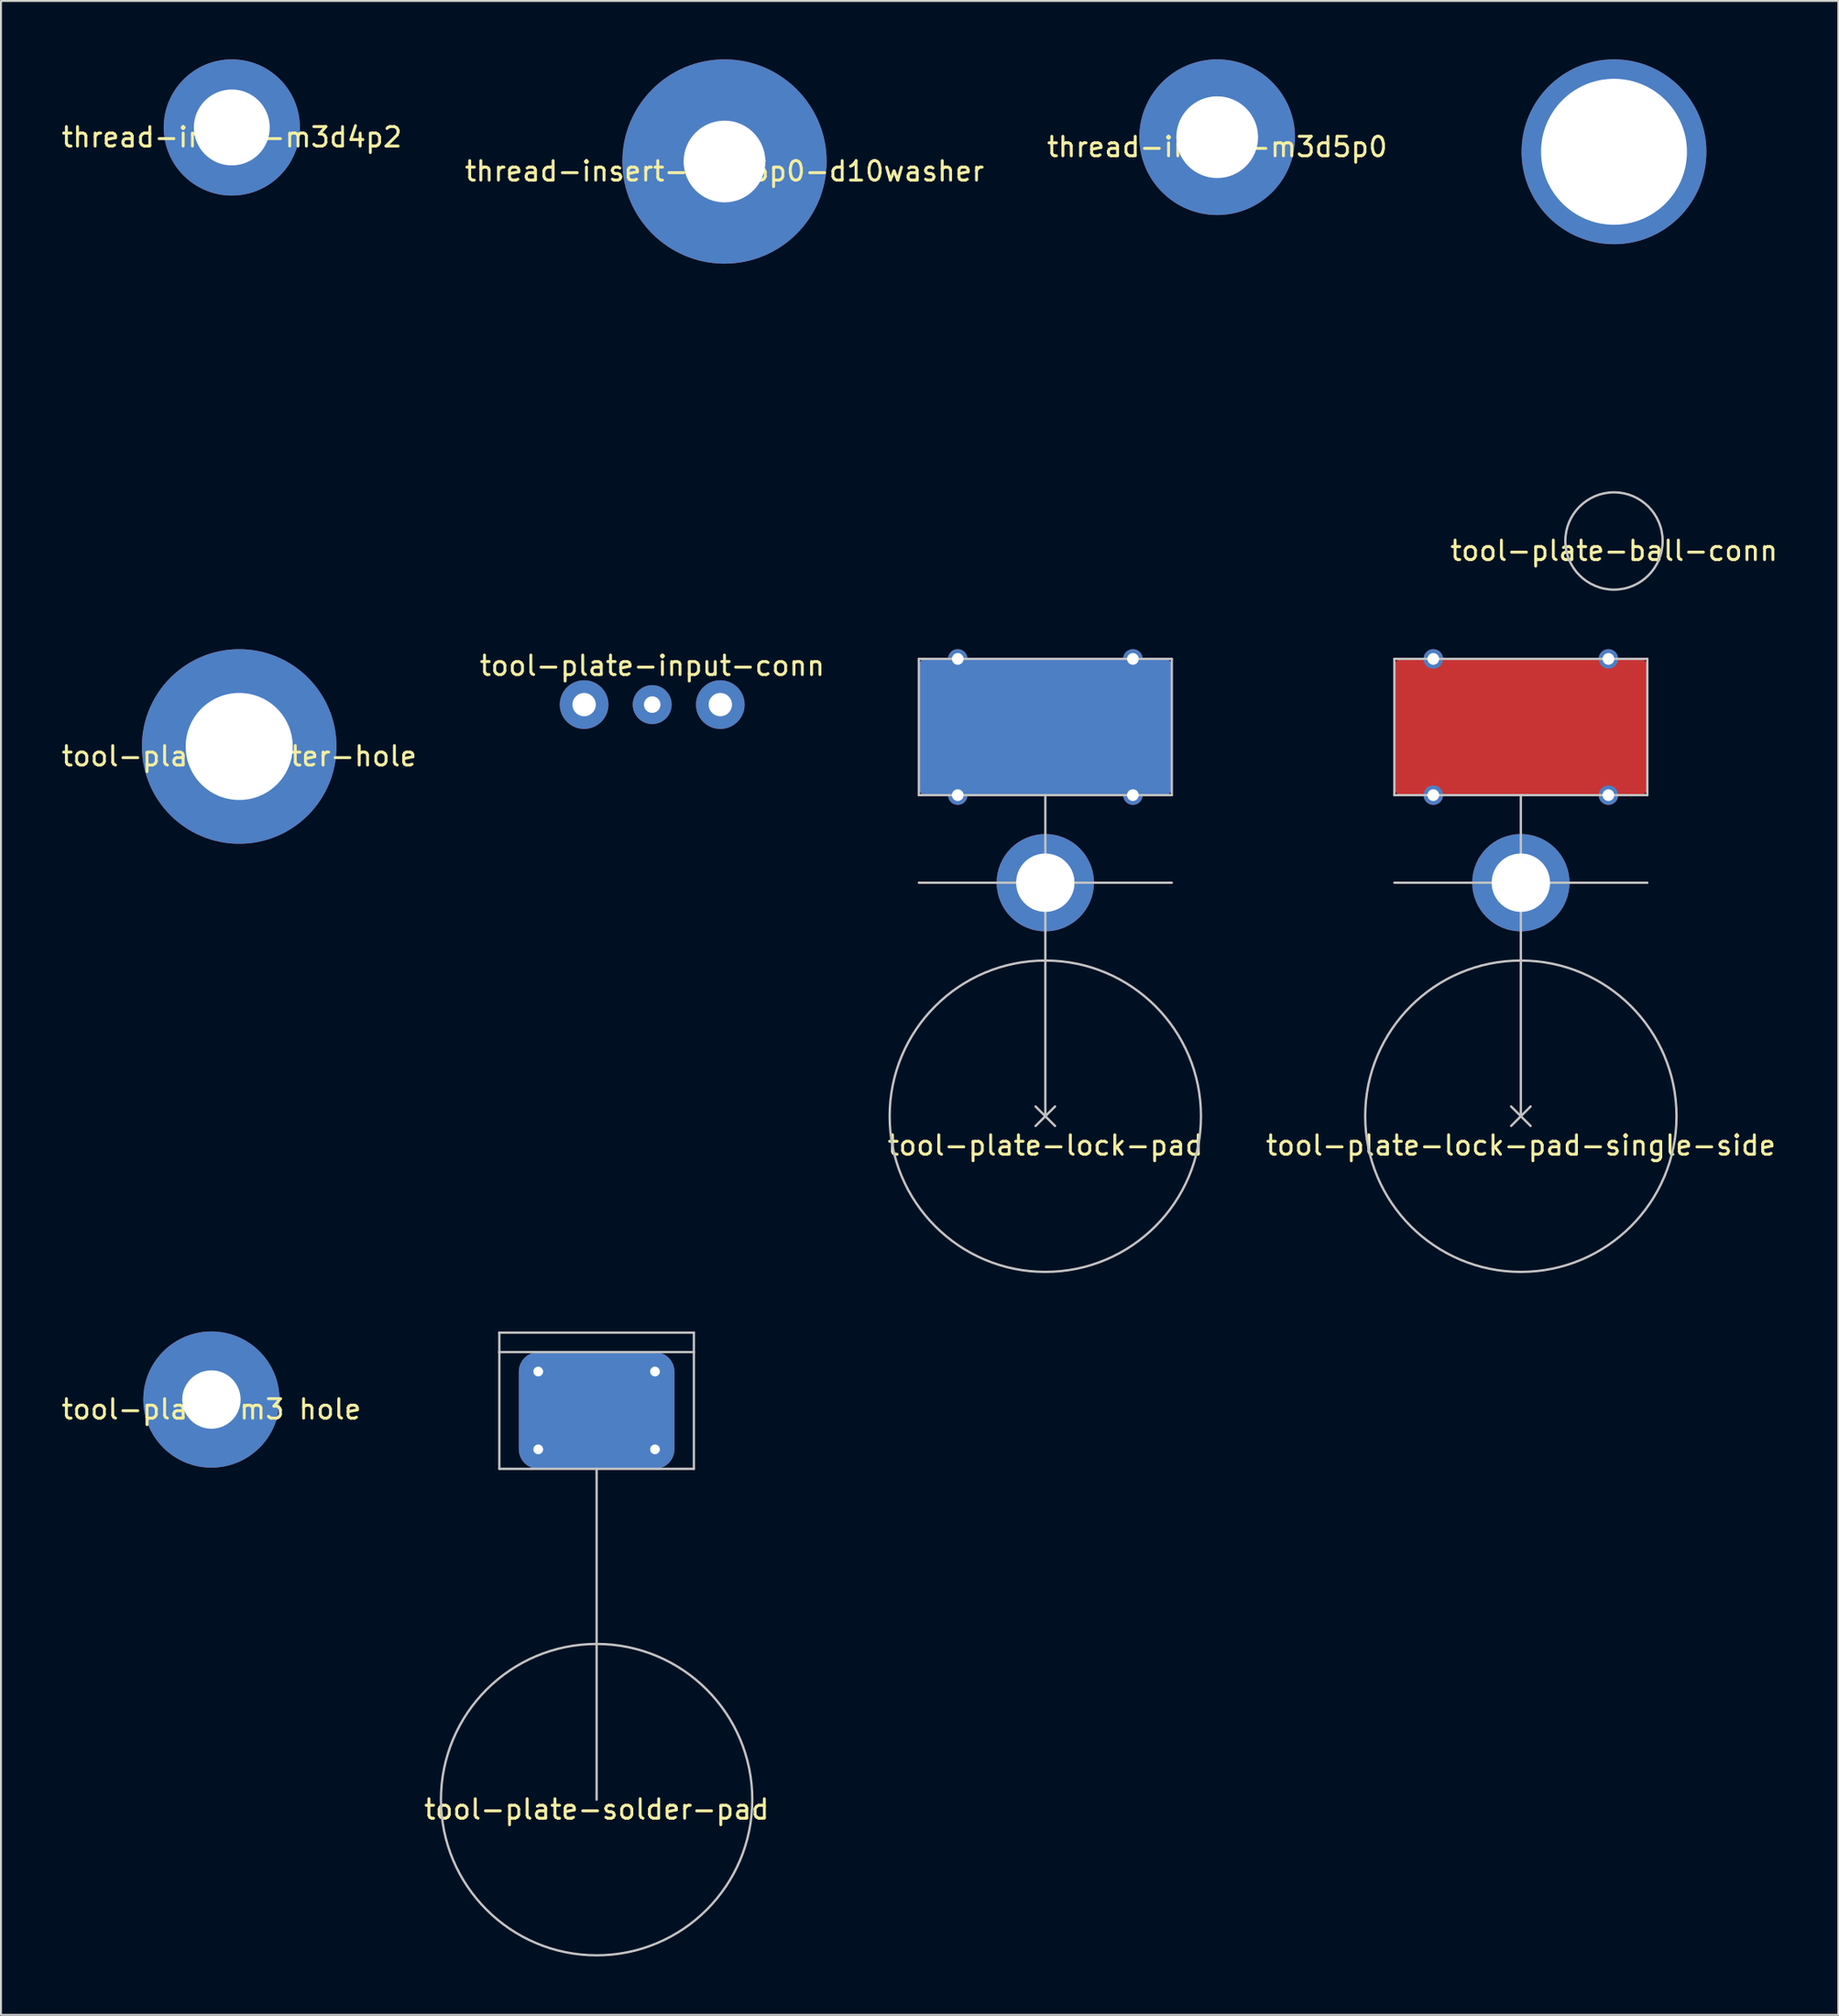
<source format=kicad_pcb>
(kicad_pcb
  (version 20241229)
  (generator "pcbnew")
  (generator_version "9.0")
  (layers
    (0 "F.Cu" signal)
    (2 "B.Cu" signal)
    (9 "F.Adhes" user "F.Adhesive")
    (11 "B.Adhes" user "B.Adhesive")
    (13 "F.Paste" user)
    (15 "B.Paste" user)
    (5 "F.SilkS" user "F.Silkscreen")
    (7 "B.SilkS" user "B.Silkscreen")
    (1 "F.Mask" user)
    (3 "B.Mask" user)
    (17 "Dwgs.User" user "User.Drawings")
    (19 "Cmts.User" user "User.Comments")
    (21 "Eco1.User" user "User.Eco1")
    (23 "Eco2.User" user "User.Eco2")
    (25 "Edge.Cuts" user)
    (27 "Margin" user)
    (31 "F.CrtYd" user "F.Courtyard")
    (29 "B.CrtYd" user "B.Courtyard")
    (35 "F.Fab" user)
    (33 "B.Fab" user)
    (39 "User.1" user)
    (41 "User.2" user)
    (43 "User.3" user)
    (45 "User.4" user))
  (footprint "thread-insert-m3d4p2"
    (layer "F.Cu")
    (at 8.863 3.5)
    (property "Reference" "thread-insert-m3d4p2" (at 0 0.5 0) (layer "F.SilkS") (effects (font (size 1 1) (thickness 0.15))))
    (attr through_hole)
    (pad "1" thru_hole circle (at 0 0) (size 7 7) (drill 3.9) (layers "*.Cu" "*.Mask")))
  (footprint "tool-plate-center-hole"
    (layer "F.Cu")
    (at 9.244 35.31)
    (property "Reference" "tool-plate-center-hole" (at 0 0.5 0) (layer "F.SilkS") (effects (font (size 1 1) (thickness 0.15))))
    (attr through_hole)
    (pad "1" thru_hole circle (at 0 0) (size 10 10) (drill 5.5) (layers "*.Cu" "*.Mask")))
  (footprint "thread-insert-m3d5p0-d10washer"
    (layer "F.Cu")
    (at 34.185 5.25)
    (property "Reference" "thread-insert-m3d5p0-d10washer" (at 0 0.5 0) (layer "F.SilkS") (effects (font (size 1 1) (thickness 0.15))))
    (attr through_hole)
    (pad "1" thru_hole circle (at 0 0) (size 10.5 10.5) (drill 4.2) (layers "*.Cu" "*.Mask")))
  (footprint "tool-plate-m3 hole"
    (layer "F.Cu")
    (at 7.815 68.87)
    (property "Reference" "tool-plate-m3 hole" (at 0 0.5 0) (layer "F.SilkS") (effects (font (size 1 1) (thickness 0.15))))
    (attr through_hole)
    (pad "1" thru_hole circle (at 0 0) (size 7 7) (drill 3) (layers "*.Cu" "*.Mask")))
  (footprint "tool-plate-input-conn"
    (layer "F.Cu")
    (at 30.47 33.158)
    (property "Reference" "tool-plate-input-conn" (at 0 -2 0) (layer "F.SilkS") (effects (font (size 1 1) (thickness 0.15))))
    (attr through_hole)
    (pad "1" thru_hole circle (at 3.5 0) (size 2.5 2.5) (drill 1.2) (layers "*.Cu" "*.Mask"))
    (pad "2" thru_hole circle (at 0 0) (size 2 2) (drill 0.85) (layers "*.Cu" "*.Mask"))
    (pad "3" thru_hole circle (at -3.5 0) (size 2.5 2.5) (drill 1.2) (layers "*.Cu" "*.Mask")))
  (footprint "tool-plate-ball-conn"
    (layer "F.Cu")
    (at 79.899 24.75)
    (property "Reference" "tool-plate-ball-conn" (at 0 0.5 0) (layer "F.SilkS") (effects (font (size 1 1) (thickness 0.15))))
    (attr through_hole)
    (fp_circle (center 0 0) (end 2.5 0) (stroke (width 0.12) (type solid)) (fill no) (layer "Dwgs.User"))
    (pad "1" thru_hole circle (at 0 -20) (size 9.5 9.5) (drill 7.5) (layers "*.Cu" "*.Mask")))
  (footprint "tool-plate-solder-pad"
    (layer "F.Cu")
    (at 27.613 89.43)
    (property "Reference" "tool-plate-solder-pad" (at 0 0.5 0) (layer "F.SilkS") (effects (font (size 1 1) (thickness 0.15))))
    (attr through_hole)
    (fp_line (start -5 -24) (end 5 -24) (stroke (width 0.12) (type solid)) (layer "Dwgs.User"))
    (fp_line (start -5 -23) (end -5 -24) (stroke (width 0.12) (type solid)) (layer "Dwgs.User"))
    (fp_line (start -5 -23) (end 5 -23) (stroke (width 0.12) (type solid)) (layer "Dwgs.User"))
    (fp_line (start -5 -17) (end -5 -23) (stroke (width 0.12) (type solid)) (layer "Dwgs.User"))
    (fp_line (start 0 -17) (end -5 -17) (stroke (width 0.12) (type solid)) (layer "Dwgs.User"))
    (fp_line (start 0 -17) (end 5 -17) (stroke (width 0.12) (type solid)) (layer "Dwgs.User"))
    (fp_line (start 0 0) (end 0 -17) (stroke (width 0.12) (type solid)) (layer "Dwgs.User"))
    (fp_line (start 5 -24) (end 5 -23) (stroke (width 0.12) (type solid)) (layer "Dwgs.User"))
    (fp_line (start 5 -23) (end 5 -17) (stroke (width 0.12) (type solid)) (layer "Dwgs.User"))
    (fp_circle (center 0 0) (end 8 0) (stroke (width 0.12) (type solid)) (fill no) (layer "Dwgs.User"))
    (pad "1" thru_hole circle (at -3 -22) (size 1 1) (drill 0.5) (layers "*.Cu" "*.Mask"))
    (pad "1" thru_hole circle (at -3 -18) (size 1 1) (drill 0.5) (layers "*.Cu" "*.Mask"))
    (pad "1" smd roundrect (at 0 -20) (size 8 6) (layers "F.Cu" "F.Mask" "F.Paste") (roundrect_rratio 0.167))
    (pad "1" smd roundrect (at 0 -20) (size 8 6) (layers "B.Cu" "B.Mask" "B.Paste") (roundrect_rratio 0.167))
    (pad "1" thru_hole circle (at 3 -22) (size 1 1) (drill 0.5) (layers "*.Cu" "*.Mask"))
    (pad "1" thru_hole circle (at 3 -18) (size 1 1) (drill 0.5) (layers "*.Cu" "*.Mask")))
  (footprint "tool-plate-lock-pad-single-side"
    (layer "F.Cu")
    (at 75.113 54.31)
    (property "Reference" "tool-plate-lock-pad-single-side" (at 0 1.5 0) (layer "F.SilkS") (effects (font (size 1 1) (thickness 0.15))))
    (attr through_hole)
    (fp_line (start -6.5 -23.5) (end -6.5 -16.5) (stroke (width 0.12) (type solid)) (layer "Dwgs.User"))
    (fp_line (start -6.5 -16.5) (end 0 -16.5) (stroke (width 0.12) (type solid)) (layer "Dwgs.User"))
    (fp_line (start -0.5 -0.5) (end 0.5 0.5) (stroke (width 0.12) (type solid)) (layer "Dwgs.User"))
    (fp_line (start -0.5 0.5) (end 0.5 -0.5) (stroke (width 0.12) (type solid)) (layer "Dwgs.User"))
    (fp_line (start 0 -16.5) (end 6.5 -16.5) (stroke (width 0.12) (type solid)) (layer "Dwgs.User"))
    (fp_line (start 0 -12) (end -6.5 -12) (stroke (width 0.12) (type solid)) (layer "Dwgs.User"))
    (fp_line (start 0 -12) (end 0 -16.5) (stroke (width 0.12) (type solid)) (layer "Dwgs.User"))
    (fp_line (start 0 -12) (end 6.5 -12) (stroke (width 0.12) (type solid)) (layer "Dwgs.User"))
    (fp_line (start 0 0) (end 0 -12) (stroke (width 0.12) (type solid)) (layer "Dwgs.User"))
    (fp_line (start 6.5 -23.5) (end -6.5 -23.5) (stroke (width 0.12) (type solid)) (layer "Dwgs.User"))
    (fp_line (start 6.5 -16.5) (end 6.5 -23.5) (stroke (width 0.12) (type solid)) (layer "Dwgs.User"))
    (fp_circle (center 0 0) (end 8 0) (stroke (width 0.12) (type solid)) (fill no) (layer "Dwgs.User"))
    (pad "1" thru_hole circle (at -4.5 -23.5) (size 1 1) (drill 0.6) (layers "*.Cu" "*.Mask"))
    (pad "1" thru_hole circle (at -4.5 -16.5) (size 1 1) (drill 0.6) (layers "*.Cu" "*.Mask"))
    (pad "1" smd roundrect (at 0 -20) (size 13 7) (layers "F.Cu" "F.Mask" "F.Paste") (roundrect_rratio 0.05))
    (pad "1" thru_hole circle (at 0 -12) (size 5 5) (drill 3) (layers "*.Cu" "*.Mask"))
    (pad "1" thru_hole circle (at 4.5 -23.5) (size 1 1) (drill 0.6) (layers "*.Cu" "*.Mask"))
    (pad "1" thru_hole circle (at 4.5 -16.5) (size 1 1) (drill 0.6) (layers "*.Cu" "*.Mask")))
  (footprint "thread-insert-m3d5p0"
    (layer "F.Cu")
    (at 59.506 4)
    (property "Reference" "thread-insert-m3d5p0" (at 0 0.5 0) (layer "F.SilkS") (effects (font (size 1 1) (thickness 0.15))))
    (attr through_hole)
    (pad "1" thru_hole circle (at 0 0) (size 8 8) (drill 4.2) (layers "*.Cu" "*.Mask")))
  (footprint "tool-plate-lock-pad"
    (layer "F.Cu")
    (at 50.673 54.31)
    (property "Reference" "tool-plate-lock-pad" (at 0 1.5 0) (layer "F.SilkS") (effects (font (size 1 1) (thickness 0.15))))
    (attr through_hole)
    (fp_line (start -6.5 -23.5) (end -6.5 -16.5) (stroke (width 0.12) (type solid)) (layer "Dwgs.User"))
    (fp_line (start -6.5 -16.5) (end 0 -16.5) (stroke (width 0.12) (type solid)) (layer "Dwgs.User"))
    (fp_line (start -0.5 -0.5) (end 0.5 0.5) (stroke (width 0.12) (type solid)) (layer "Dwgs.User"))
    (fp_line (start -0.5 0.5) (end 0.5 -0.5) (stroke (width 0.12) (type solid)) (layer "Dwgs.User"))
    (fp_line (start 0 -16.5) (end 6.5 -16.5) (stroke (width 0.12) (type solid)) (layer "Dwgs.User"))
    (fp_line (start 0 -12) (end -6.5 -12) (stroke (width 0.12) (type solid)) (layer "Dwgs.User"))
    (fp_line (start 0 -12) (end 0 -16.5) (stroke (width 0.12) (type solid)) (layer "Dwgs.User"))
    (fp_line (start 0 -12) (end 6.5 -12) (stroke (width 0.12) (type solid)) (layer "Dwgs.User"))
    (fp_line (start 0 0) (end 0 -12) (stroke (width 0.12) (type solid)) (layer "Dwgs.User"))
    (fp_line (start 6.5 -23.5) (end -6.5 -23.5) (stroke (width 0.12) (type solid)) (layer "Dwgs.User"))
    (fp_line (start 6.5 -16.5) (end 6.5 -23.5) (stroke (width 0.12) (type solid)) (layer "Dwgs.User"))
    (fp_circle (center 0 0) (end 8 0) (stroke (width 0.12) (type solid)) (fill no) (layer "Dwgs.User"))
    (pad "1" thru_hole circle (at -4.5 -23.5) (size 1 1) (drill 0.6) (layers "*.Cu" "*.Mask"))
    (pad "1" thru_hole circle (at -4.5 -16.5) (size 1 1) (drill 0.6) (layers "*.Cu" "*.Mask"))
    (pad "1" smd roundrect (at 0 -20) (size 13 7) (layers "F.Cu" "F.Mask" "F.Paste") (roundrect_rratio 0.05))
    (pad "1" smd roundrect (at 0 -20) (size 13 7) (layers "B.Cu" "B.Mask" "B.Paste") (roundrect_rratio 0.05))
    (pad "1" thru_hole circle (at 0 -12) (size 5 5) (drill 3) (layers "*.Cu" "*.Mask"))
    (pad "1" thru_hole circle (at 4.5 -23.5) (size 1 1) (drill 0.6) (layers "*.Cu" "*.Mask"))
    (pad "1" thru_hole circle (at 4.5 -16.5) (size 1 1) (drill 0.6) (layers "*.Cu" "*.Mask")))
  (gr_rect
    (start -3 -3)
    (end 91.429 100.49)
    (stroke (width 0.1) (type default))
    (fill no)
    (layer "Edge.Cuts")))
</source>
